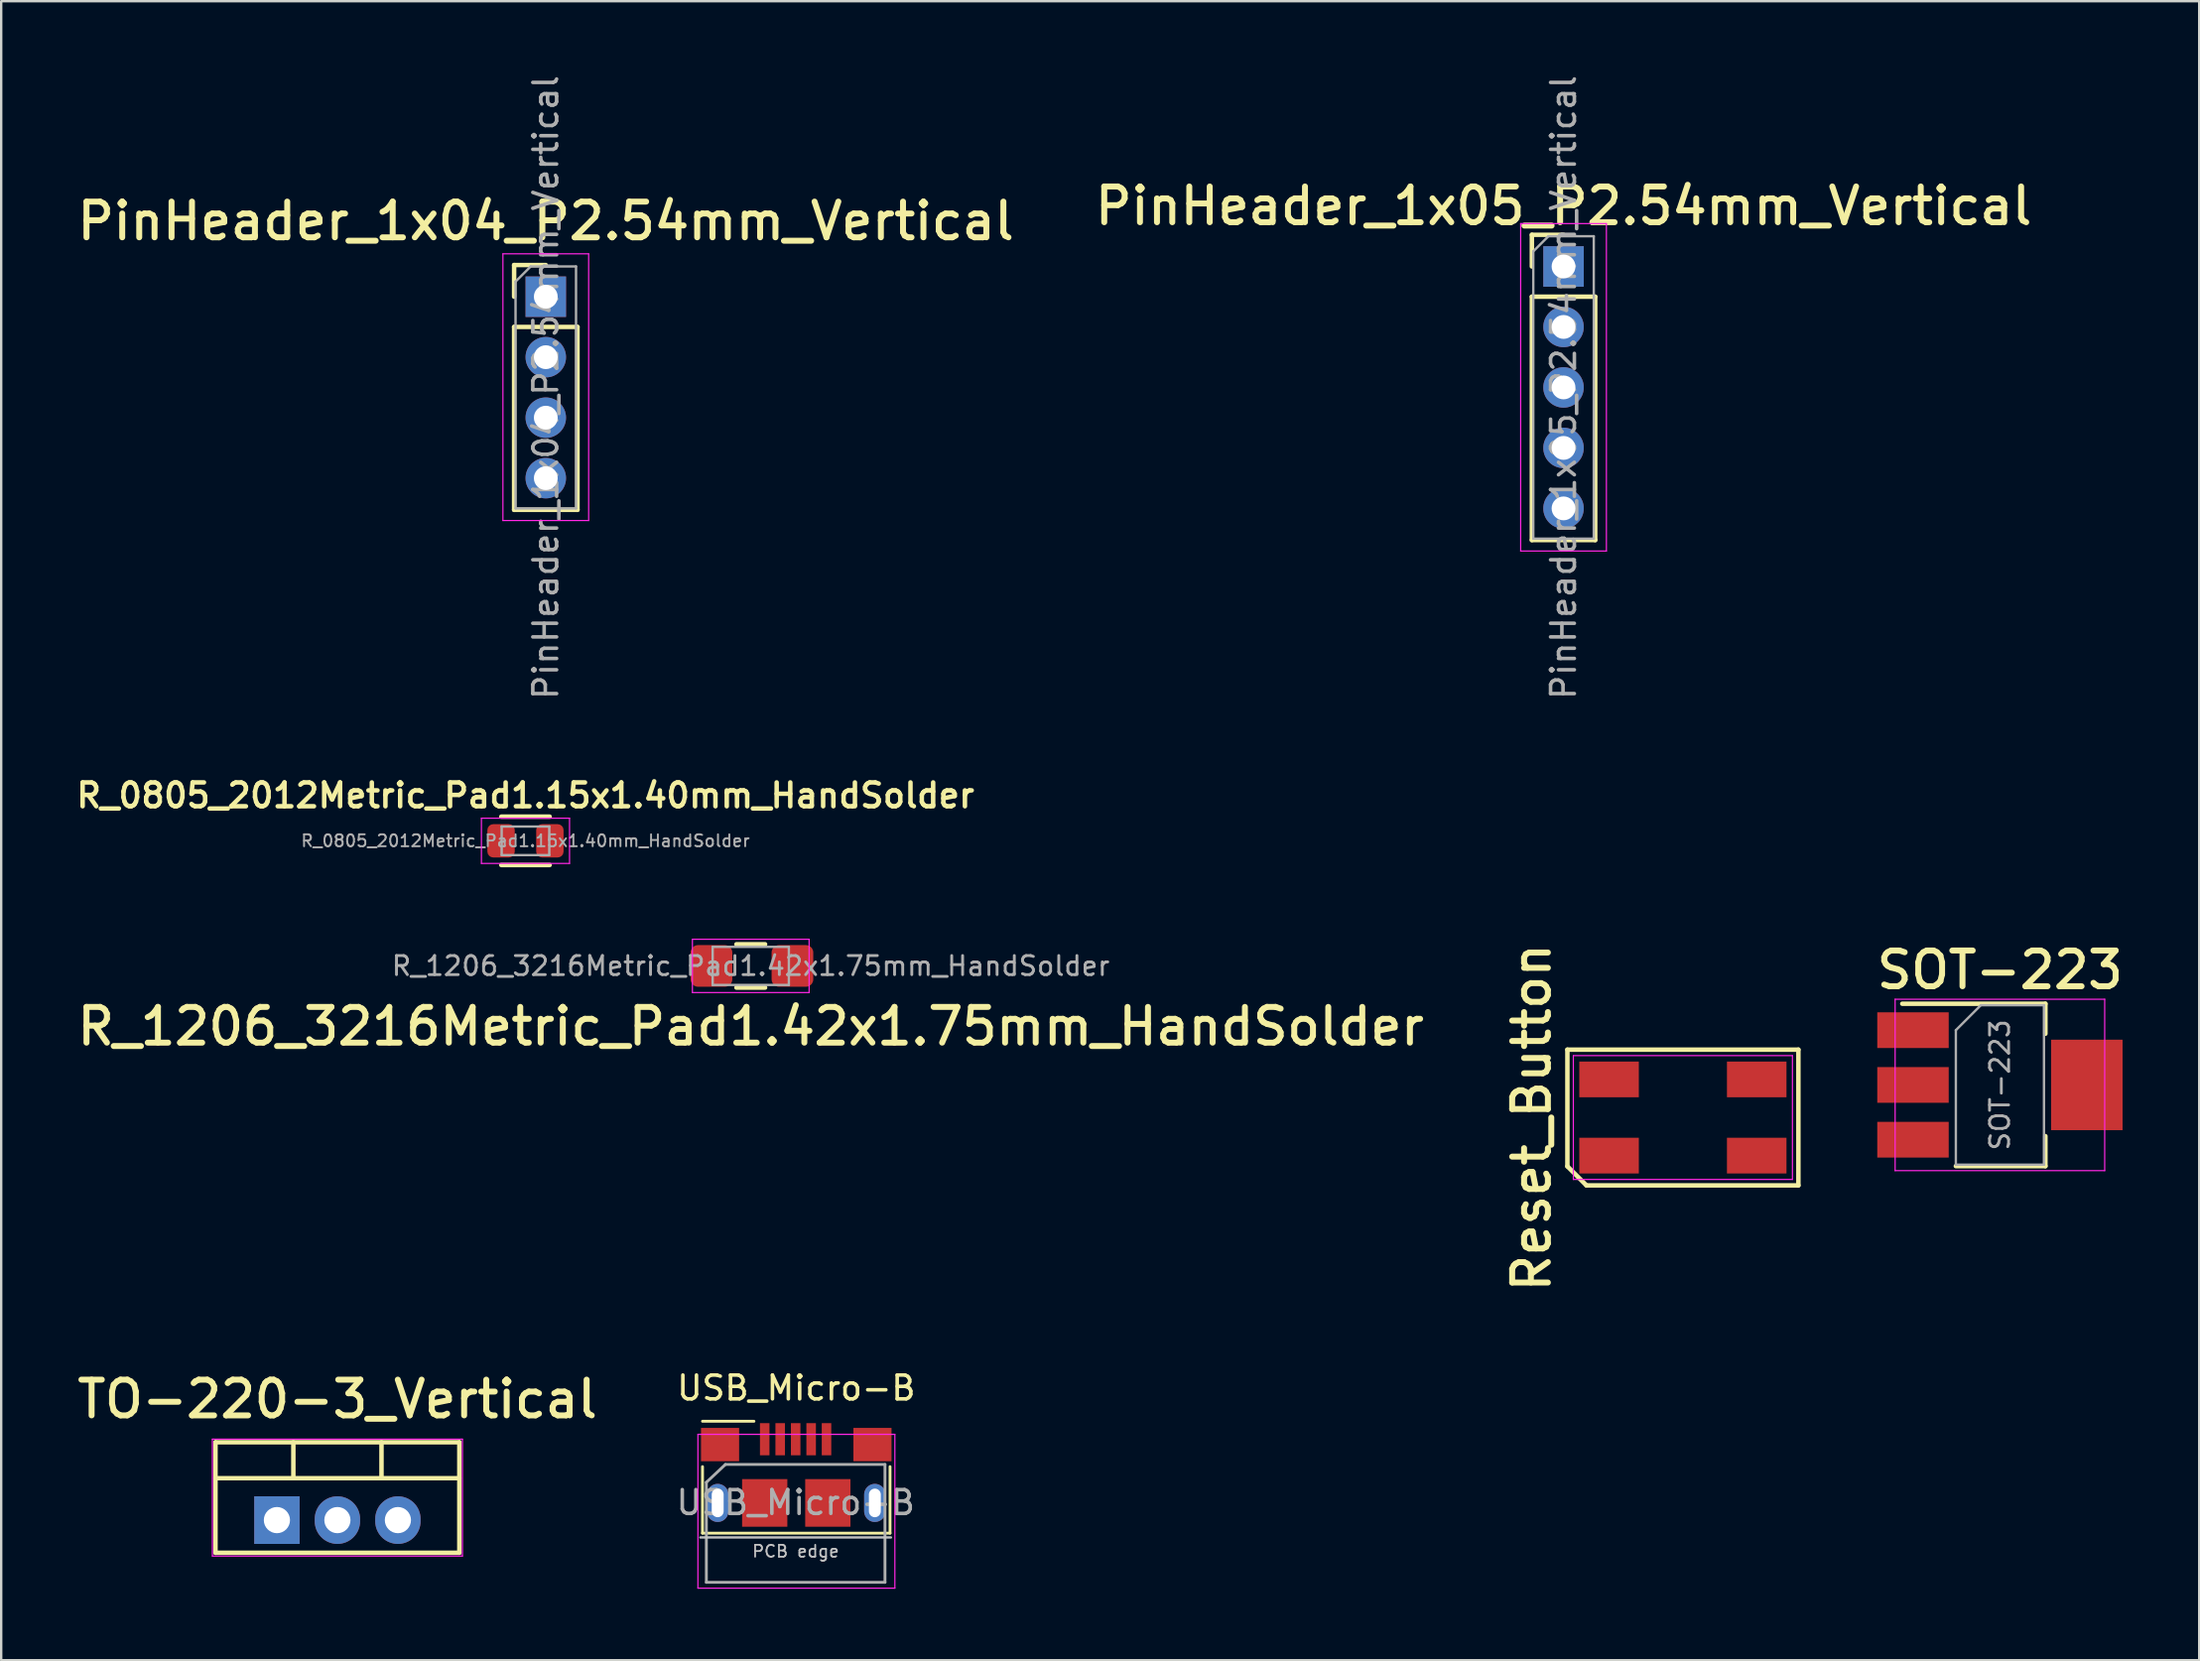
<source format=kicad_pcb>
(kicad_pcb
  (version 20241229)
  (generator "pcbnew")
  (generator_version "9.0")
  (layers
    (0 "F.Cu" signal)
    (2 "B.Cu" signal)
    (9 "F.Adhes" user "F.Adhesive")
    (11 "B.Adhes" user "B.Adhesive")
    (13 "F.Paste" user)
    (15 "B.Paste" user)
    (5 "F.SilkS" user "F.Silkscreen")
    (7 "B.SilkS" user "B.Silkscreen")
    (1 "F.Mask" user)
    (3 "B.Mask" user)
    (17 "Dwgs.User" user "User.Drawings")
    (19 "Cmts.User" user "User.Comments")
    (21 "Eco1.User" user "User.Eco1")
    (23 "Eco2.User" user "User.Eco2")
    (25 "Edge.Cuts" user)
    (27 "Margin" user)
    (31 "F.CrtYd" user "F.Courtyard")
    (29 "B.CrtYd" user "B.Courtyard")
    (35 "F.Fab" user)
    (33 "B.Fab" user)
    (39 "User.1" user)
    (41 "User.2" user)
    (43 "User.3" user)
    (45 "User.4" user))
  (footprint "PinHeader_1x05_P2.54mm_Vertical"
    (layer "F.Cu")
    (at 62.604 8.14)
    (property "Reference" "PinHeader_1x05_P2.54mm_Vertical" (at 0 -2.54 0) (layer "F.SilkS") (effects (font (size 1.5 1.5) (thickness 0.25))))
    (attr through_hole)
    (fp_line (start -1.33 -1.33) (end 0 -1.33) (stroke (width 0.188) (type solid)) (layer "F.SilkS"))
    (fp_line (start -1.33 0) (end -1.33 -1.33) (stroke (width 0.188) (type solid)) (layer "F.SilkS"))
    (fp_line (start -1.33 1.27) (end -1.33 11.49) (stroke (width 0.188) (type solid)) (layer "F.SilkS"))
    (fp_line (start -1.33 1.27) (end 1.33 1.27) (stroke (width 0.188) (type solid)) (layer "F.SilkS"))
    (fp_line (start -1.33 11.49) (end 1.33 11.49) (stroke (width 0.188) (type solid)) (layer "F.SilkS"))
    (fp_line (start 1.33 1.27) (end 1.33 11.49) (stroke (width 0.188) (type solid)) (layer "F.SilkS"))
    (fp_line (start -1.8 -1.8) (end -1.8 11.95) (stroke (width 0.05) (type solid)) (layer "F.CrtYd"))
    (fp_line (start -1.8 11.95) (end 1.8 11.95) (stroke (width 0.05) (type solid)) (layer "F.CrtYd"))
    (fp_line (start 1.8 -1.8) (end -1.8 -1.8) (stroke (width 0.05) (type solid)) (layer "F.CrtYd"))
    (fp_line (start 1.8 11.95) (end 1.8 -1.8) (stroke (width 0.05) (type solid)) (layer "F.CrtYd"))
    (fp_line (start -1.27 -0.635) (end -0.635 -1.27) (stroke (width 0.1) (type solid)) (layer "F.Fab"))
    (fp_line (start -1.27 11.43) (end -1.27 -0.635) (stroke (width 0.1) (type solid)) (layer "F.Fab"))
    (fp_line (start -0.635 -1.27) (end 1.27 -1.27) (stroke (width 0.1) (type solid)) (layer "F.Fab"))
    (fp_line (start 1.27 -1.27) (end 1.27 11.43) (stroke (width 0.1) (type solid)) (layer "F.Fab"))
    (fp_line (start 1.27 11.43) (end -1.27 11.43) (stroke (width 0.1) (type solid)) (layer "F.Fab"))
    (fp_text user "${REFERENCE}" (at 0 5.08 90) (layer "F.Fab") (effects (font (size 1 1) (thickness 0.15))))
    (pad "1" thru_hole rect (at 0 0) (size 1.7 1.7) (drill 1) (layers "*.Cu" "*.Mask"))
    (pad "2" thru_hole oval (at 0 2.54) (size 1.7 1.7) (drill 1) (layers "*.Cu" "*.Mask"))
    (pad "3" thru_hole oval (at 0 5.08) (size 1.7 1.7) (drill 1) (layers "*.Cu" "*.Mask"))
    (pad "4" thru_hole oval (at 0 7.62) (size 1.7 1.7) (drill 1) (layers "*.Cu" "*.Mask"))
    (pad "5" thru_hole oval (at 0 10.16) (size 1.7 1.7) (drill 1) (layers "*.Cu" "*.Mask")))
  (footprint "TO-220-3_Vertical"
    (layer "F.Cu")
    (at 8.578 60.787)
    (property "Reference" "TO-220-3_Vertical" (at 2.54 -5.08 0) (layer "F.SilkS") (effects (font (size 1.5 1.5) (thickness 0.25))))
    (attr through_hole)
    (fp_line (start -2.58 -3.27) (end -2.58 1.371) (stroke (width 0.188) (type solid)) (layer "F.SilkS"))
    (fp_line (start -2.58 -3.27) (end 7.66 -3.27) (stroke (width 0.188) (type solid)) (layer "F.SilkS"))
    (fp_line (start -2.58 -1.76) (end 7.66 -1.76) (stroke (width 0.188) (type solid)) (layer "F.SilkS"))
    (fp_line (start -2.58 1.371) (end 7.66 1.371) (stroke (width 0.188) (type solid)) (layer "F.SilkS"))
    (fp_line (start 0.69 -3.27) (end 0.69 -1.76) (stroke (width 0.188) (type solid)) (layer "F.SilkS"))
    (fp_line (start 4.391 -3.27) (end 4.391 -1.76) (stroke (width 0.188) (type solid)) (layer "F.SilkS"))
    (fp_line (start 7.66 -3.27) (end 7.66 1.371) (stroke (width 0.188) (type solid)) (layer "F.SilkS"))
    (fp_line (start -2.71 -3.4) (end -2.71 1.51) (stroke (width 0.05) (type solid)) (layer "F.CrtYd"))
    (fp_line (start -2.71 1.51) (end 7.79 1.51) (stroke (width 0.05) (type solid)) (layer "F.CrtYd"))
    (fp_line (start 7.79 -3.4) (end -2.71 -3.4) (stroke (width 0.05) (type solid)) (layer "F.CrtYd"))
    (fp_line (start 7.79 1.51) (end 7.79 -3.4) (stroke (width 0.05) (type solid)) (layer "F.CrtYd"))
    (pad "1" thru_hole rect (at 0 0) (size 1.905 2) (drill 1.1) (layers "*.Cu" "*.Mask"))
    (pad "2" thru_hole oval (at 2.54 0) (size 1.905 2) (drill 1.1) (layers "*.Cu" "*.Mask"))
    (pad "3" thru_hole oval (at 5.08 0) (size 1.905 2) (drill 1.1) (layers "*.Cu" "*.Mask")))
  (footprint "USB_Micro-B"
    (layer "F.Cu")
    (at 30.386 60.065)
    (property "Reference" "USB_Micro-B" (at 0 -4.826 0) (layer "F.SilkS") (effects (font (size 1 1) (thickness 0.15))))
    (attr smd)
    (fp_line (start -3.937 -3.429) (end -1.778 -3.429) (stroke (width 0.12) (type solid)) (layer "F.SilkS"))
    (fp_line (start -3.937 1.27) (end -3.937 -1.524) (stroke (width 0.12) (type solid)) (layer "F.SilkS"))
    (fp_line (start 3.937 -1.524) (end 3.937 1.27) (stroke (width 0.12) (type solid)) (layer "F.SilkS"))
    (fp_line (start 3.937 1.27) (end -3.937 1.27) (stroke (width 0.12) (type solid)) (layer "F.SilkS"))
    (fp_line (start -4.025 1.45) (end 3.975 1.45) (stroke (width 0.1) (type solid)) (layer "Dwgs.User"))
    (fp_line (start -4.13 -2.88) (end -4.13 3.58) (stroke (width 0.05) (type solid)) (layer "F.CrtYd"))
    (fp_line (start -4.13 -2.88) (end 4.14 -2.88) (stroke (width 0.05) (type solid)) (layer "F.CrtYd"))
    (fp_line (start 4.14 3.58) (end -4.13 3.58) (stroke (width 0.05) (type solid)) (layer "F.CrtYd"))
    (fp_line (start 4.14 3.58) (end 4.14 -2.88) (stroke (width 0.05) (type solid)) (layer "F.CrtYd"))
    (fp_line (start -3.775 -0.865) (end -2.975 -1.615) (stroke (width 0.12) (type solid)) (layer "F.Fab"))
    (fp_line (start -3.775 3.335) (end -3.775 -0.865) (stroke (width 0.12) (type solid)) (layer "F.Fab"))
    (fp_line (start -2.975 -1.615) (end 3.725 -1.615) (stroke (width 0.12) (type solid)) (layer "F.Fab"))
    (fp_line (start 3.725 -1.615) (end 3.725 3.335) (stroke (width 0.12) (type solid)) (layer "F.Fab"))
    (fp_line (start 3.725 3.335) (end -3.775 3.335) (stroke (width 0.12) (type solid)) (layer "F.Fab"))
    (fp_text user "PCB edge" (at -0.025 2.032 0) (layer "Dwgs.User") (effects (font (size 0.5 0.5) (thickness 0.075))))
    (fp_text user "${REFERENCE}" (at -0.025 -0.015 0) (layer "F.Fab") (effects (font (size 1 1) (thickness 0.15))))
    (pad "1" smd rect (at -1.325 -2.675 90) (size 1.35 0.4) (layers "F.Cu" "F.Mask" "F.Paste"))
    (pad "2" smd rect (at -0.675 -2.675 90) (size 1.35 0.4) (layers "F.Cu" "F.Mask" "F.Paste"))
    (pad "3" smd rect (at -0.025 -2.675 90) (size 1.35 0.4) (layers "F.Cu" "F.Mask" "F.Paste"))
    (pad "4" smd rect (at 0.625 -2.675 90) (size 1.35 0.4) (layers "F.Cu" "F.Mask" "F.Paste"))
    (pad "5" smd rect (at 1.27 -2.675 90) (size 1.35 0.4) (layers "F.Cu" "F.Mask" "F.Paste"))
    (pad "6" thru_hole oval (at -3.3 0 90) (size 1.6 0.9) (drill oval 1.2 0.5) (layers "*.Cu" "*.Mask"))
    (pad "6" smd rect (at -3.2 -2.45) (size 1.6 1.4) (layers "F.Cu" "F.Mask" "F.Paste"))
    (pad "6" smd rect (at -1.325 0 90) (size 2 1.9) (layers "F.Cu" "F.Mask" "F.Paste"))
    (pad "6" smd rect (at 1.325 0 90) (size 2 1.9) (layers "F.Cu" "F.Mask" "F.Paste"))
    (pad "6" smd rect (at 3.2 -2.45) (size 1.6 1.4) (layers "F.Cu" "F.Mask" "F.Paste"))
    (pad "6" thru_hole oval (at 3.3 0 90) (size 1.6 0.9) (drill oval 1.2 0.5) (layers "*.Cu" "*.Mask")))
  (footprint "SOT-223"
    (layer "F.Cu")
    (at 80.928 42.512)
    (property "Reference" "SOT-223" (at 0 -4.826 0) (layer "F.SilkS") (effects (font (size 1.5 1.5) (thickness 0.25))))
    (attr smd)
    (fp_line (start -4.1 -3.41) (end 1.91 -3.41) (stroke (width 0.188) (type solid)) (layer "F.SilkS"))
    (fp_line (start -1.85 3.41) (end 1.91 3.41) (stroke (width 0.188) (type solid)) (layer "F.SilkS"))
    (fp_line (start 1.91 -3.41) (end 1.91 -2.15) (stroke (width 0.188) (type solid)) (layer "F.SilkS"))
    (fp_line (start 1.91 3.41) (end 1.91 2.15) (stroke (width 0.188) (type solid)) (layer "F.SilkS"))
    (fp_line (start -4.4 -3.6) (end -4.4 3.6) (stroke (width 0.05) (type solid)) (layer "F.CrtYd"))
    (fp_line (start -4.4 3.6) (end 4.4 3.6) (stroke (width 0.05) (type solid)) (layer "F.CrtYd"))
    (fp_line (start 4.4 -3.6) (end -4.4 -3.6) (stroke (width 0.05) (type solid)) (layer "F.CrtYd"))
    (fp_line (start 4.4 3.6) (end 4.4 -3.6) (stroke (width 0.05) (type solid)) (layer "F.CrtYd"))
    (fp_line (start -1.85 -2.3) (end -1.85 3.35) (stroke (width 0.1) (type solid)) (layer "F.Fab"))
    (fp_line (start -1.85 -2.3) (end -0.8 -3.35) (stroke (width 0.1) (type solid)) (layer "F.Fab"))
    (fp_line (start -1.85 3.35) (end 1.85 3.35) (stroke (width 0.1) (type solid)) (layer "F.Fab"))
    (fp_line (start -0.8 -3.35) (end 1.85 -3.35) (stroke (width 0.1) (type solid)) (layer "F.Fab"))
    (fp_line (start 1.85 -3.35) (end 1.85 3.35) (stroke (width 0.1) (type solid)) (layer "F.Fab"))
    (fp_text user "${REFERENCE}" (at 0 0 90) (layer "F.Fab") (effects (font (size 0.8 0.8) (thickness 0.12))))
    (pad "1" smd rect (at -3.65 -2.3) (size 3 1.5) (layers "F.Cu" "F.Mask" "F.Paste"))
    (pad "2" smd rect (at -3.65 0) (size 3 1.5) (layers "F.Cu" "F.Mask" "F.Paste"))
    (pad "3" smd rect (at -3.65 2.3) (size 3 1.5) (layers "F.Cu" "F.Mask" "F.Paste"))
    (pad "4" smd rect (at 3.65 0) (size 3 3.8) (layers "F.Cu" "F.Mask" "F.Paste")))
  (footprint "Reset_Button"
    (layer "F.Cu")
    (at 67.616 43.88)
    (property "Reference" "Reset_Button" (at -6.35 0 90) (layer "F.SilkS") (effects (font (size 1.5 1.5) (thickness 0.25))))
    (attr smd)
    (fp_line (start -4.85 -2.85) (end 4.85 -2.85) (stroke (width 0.188) (type solid)) (layer "F.SilkS"))
    (fp_line (start -4.85 2.05) (end -4.85 -2.85) (stroke (width 0.188) (type solid)) (layer "F.SilkS"))
    (fp_line (start -4.05 2.85) (end -4.85 2.05) (stroke (width 0.188) (type solid)) (layer "F.SilkS"))
    (fp_line (start 4.85 -2.85) (end 4.85 2.85) (stroke (width 0.188) (type solid)) (layer "F.SilkS"))
    (fp_line (start 4.85 2.85) (end -4.05 2.85) (stroke (width 0.188) (type solid)) (layer "F.SilkS"))
    (fp_line (start -4.6 -2.6) (end 4.6 -2.6) (stroke (width 0.05) (type solid)) (layer "F.CrtYd"))
    (fp_line (start -4.6 2.6) (end -4.6 -2.6) (stroke (width 0.05) (type solid)) (layer "F.CrtYd"))
    (fp_line (start 4.6 -2.6) (end 4.6 2.6) (stroke (width 0.05) (type solid)) (layer "F.CrtYd"))
    (fp_line (start 4.6 2.6) (end -4.6 2.6) (stroke (width 0.05) (type solid)) (layer "F.CrtYd"))
    (pad "1" smd rect (at -3.1 -1.6) (size 2.5 1.5) (layers "F.Cu" "F.Mask" "F.Paste"))
    (pad "2" smd rect (at 3.1 -1.6) (size 2.5 1.5) (layers "F.Cu" "F.Mask" "F.Paste"))
    (pad "3" smd rect (at -3.1 1.6) (size 2.5 1.5) (layers "F.Cu" "F.Mask" "F.Paste"))
    (pad "4" smd rect (at 3.1 1.6) (size 2.5 1.5) (layers "F.Cu" "F.Mask" "F.Paste")))
  (footprint "R_1206_3216Metric_Pad1.42x1.75mm_HandSolder"
    (layer "F.Cu")
    (at 28.475 37.514)
    (property "Reference" "R_1206_3216Metric_Pad1.42x1.75mm_HandSolder" (at 0 2.54 0) (layer "F.SilkS") (effects (font (size 1.5 1.5) (thickness 0.25))))
    (attr smd)
    (fp_line (start -0.602 -0.91) (end 0.602 -0.91) (stroke (width 0.188) (type solid)) (layer "F.SilkS"))
    (fp_line (start -0.602 0.91) (end 0.602 0.91) (stroke (width 0.188) (type solid)) (layer "F.SilkS"))
    (fp_line (start -2.45 -1.12) (end 2.45 -1.12) (stroke (width 0.05) (type solid)) (layer "F.CrtYd"))
    (fp_line (start -2.45 1.12) (end -2.45 -1.12) (stroke (width 0.05) (type solid)) (layer "F.CrtYd"))
    (fp_line (start 2.45 -1.12) (end 2.45 1.12) (stroke (width 0.05) (type solid)) (layer "F.CrtYd"))
    (fp_line (start 2.45 1.12) (end -2.45 1.12) (stroke (width 0.05) (type solid)) (layer "F.CrtYd"))
    (fp_line (start -1.6 -0.8) (end 1.6 -0.8) (stroke (width 0.1) (type solid)) (layer "F.Fab"))
    (fp_line (start -1.6 0.8) (end -1.6 -0.8) (stroke (width 0.1) (type solid)) (layer "F.Fab"))
    (fp_line (start 1.6 -0.8) (end 1.6 0.8) (stroke (width 0.1) (type solid)) (layer "F.Fab"))
    (fp_line (start 1.6 0.8) (end -1.6 0.8) (stroke (width 0.1) (type solid)) (layer "F.Fab"))
    (fp_text user "${REFERENCE}" (at 0 0 0) (layer "F.Fab") (effects (font (size 0.8 0.8) (thickness 0.12))))
    (pad "1" smd roundrect (at -1.65 0) (size 1.75 1.75) (layers "F.Cu" "F.Mask" "F.Paste") (roundrect_rratio 0.175))
    (pad "2" smd roundrect (at 1.75 0) (size 1.75 1.75) (layers "F.Cu" "F.Mask" "F.Paste") (roundrect_rratio 0.175)))
  (footprint "PinHeader_1x04_P2.54mm_Vertical"
    (layer "F.Cu")
    (at 19.868 9.41)
    (property "Reference" "PinHeader_1x04_P2.54mm_Vertical" (at 0 -3.175 0) (layer "F.SilkS") (effects (font (size 1.5 1.5) (thickness 0.25))))
    (attr through_hole)
    (fp_line (start -1.33 -1.33) (end 0 -1.33) (stroke (width 0.188) (type solid)) (layer "F.SilkS"))
    (fp_line (start -1.33 0) (end -1.33 -1.33) (stroke (width 0.188) (type solid)) (layer "F.SilkS"))
    (fp_line (start -1.33 1.27) (end -1.33 8.95) (stroke (width 0.188) (type solid)) (layer "F.SilkS"))
    (fp_line (start -1.33 1.27) (end 1.33 1.27) (stroke (width 0.188) (type solid)) (layer "F.SilkS"))
    (fp_line (start -1.33 8.95) (end 1.33 8.95) (stroke (width 0.188) (type solid)) (layer "F.SilkS"))
    (fp_line (start 1.33 1.27) (end 1.33 8.95) (stroke (width 0.188) (type solid)) (layer "F.SilkS"))
    (fp_line (start -1.8 -1.8) (end -1.8 9.4) (stroke (width 0.05) (type solid)) (layer "F.CrtYd"))
    (fp_line (start -1.8 9.4) (end 1.8 9.4) (stroke (width 0.05) (type solid)) (layer "F.CrtYd"))
    (fp_line (start 1.8 -1.8) (end -1.8 -1.8) (stroke (width 0.05) (type solid)) (layer "F.CrtYd"))
    (fp_line (start 1.8 9.4) (end 1.8 -1.8) (stroke (width 0.05) (type solid)) (layer "F.CrtYd"))
    (fp_line (start -1.27 -0.635) (end -0.635 -1.27) (stroke (width 0.1) (type solid)) (layer "F.Fab"))
    (fp_line (start -1.27 8.89) (end -1.27 -0.635) (stroke (width 0.1) (type solid)) (layer "F.Fab"))
    (fp_line (start -0.635 -1.27) (end 1.27 -1.27) (stroke (width 0.1) (type solid)) (layer "F.Fab"))
    (fp_line (start 1.27 -1.27) (end 1.27 8.89) (stroke (width 0.1) (type solid)) (layer "F.Fab"))
    (fp_line (start 1.27 8.89) (end -1.27 8.89) (stroke (width 0.1) (type solid)) (layer "F.Fab"))
    (fp_text user "${REFERENCE}" (at 0 3.81 90) (layer "F.Fab") (effects (font (size 1 1) (thickness 0.15))))
    (pad "1" thru_hole rect (at 0 0) (size 1.7 1.7) (drill 1) (layers "*.Cu" "*.Mask"))
    (pad "2" thru_hole oval (at 0 2.54) (size 1.7 1.7) (drill 1) (layers "*.Cu" "*.Mask"))
    (pad "3" thru_hole oval (at 0 5.08) (size 1.7 1.7) (drill 1) (layers "*.Cu" "*.Mask"))
    (pad "4" thru_hole oval (at 0 7.62) (size 1.7 1.7) (drill 1) (layers "*.Cu" "*.Mask")))
  (footprint "R_0805_2012Metric_Pad1.15x1.40mm_HandSolder"
    (layer "F.Cu")
    (at 19.015 32.26)
    (property "Reference" "R_0805_2012Metric_Pad1.15x1.40mm_HandSolder" (at 0 -1.905 0) (layer "F.SilkS") (effects (font (size 1 1) (thickness 0.188))))
    (attr smd)
    (fp_line (start -1.016 -1.016) (end 1.016 -1.016) (stroke (width 0.188) (type solid)) (layer "F.SilkS"))
    (fp_line (start -1.016 1.016) (end 1.016 1.016) (stroke (width 0.188) (type solid)) (layer "F.SilkS"))
    (fp_line (start -1.85 -0.95) (end 1.85 -0.95) (stroke (width 0.05) (type solid)) (layer "F.CrtYd"))
    (fp_line (start -1.85 0.95) (end -1.85 -0.95) (stroke (width 0.05) (type solid)) (layer "F.CrtYd"))
    (fp_line (start 1.85 -0.95) (end 1.85 0.95) (stroke (width 0.05) (type solid)) (layer "F.CrtYd"))
    (fp_line (start 1.85 0.95) (end -1.85 0.95) (stroke (width 0.05) (type solid)) (layer "F.CrtYd"))
    (fp_line (start -1 -0.6) (end 1 -0.6) (stroke (width 0.1) (type solid)) (layer "F.Fab"))
    (fp_line (start -1 0.6) (end -1 -0.6) (stroke (width 0.1) (type solid)) (layer "F.Fab"))
    (fp_line (start 1 -0.6) (end 1 0.6) (stroke (width 0.1) (type solid)) (layer "F.Fab"))
    (fp_line (start 1 0.6) (end -1 0.6) (stroke (width 0.1) (type solid)) (layer "F.Fab"))
    (fp_text user "${REFERENCE}" (at 0 0 0) (layer "F.Fab") (effects (font (size 0.5 0.5) (thickness 0.08))))
    (pad "1" smd roundrect (at -1.025 0) (size 1.15 1.4) (layers "F.Cu" "F.Mask" "F.Paste") (roundrect_rratio 0.217))
    (pad "2" smd roundrect (at 1.025 0) (size 1.15 1.4) (layers "F.Cu" "F.Mask" "F.Paste") (roundrect_rratio 0.217)))
  (gr_rect
    (start -3 -3)
    (end 89.296 66.67)
    (stroke (width 0.1) (type default))
    (fill no)
    (layer "Edge.Cuts")))
</source>
